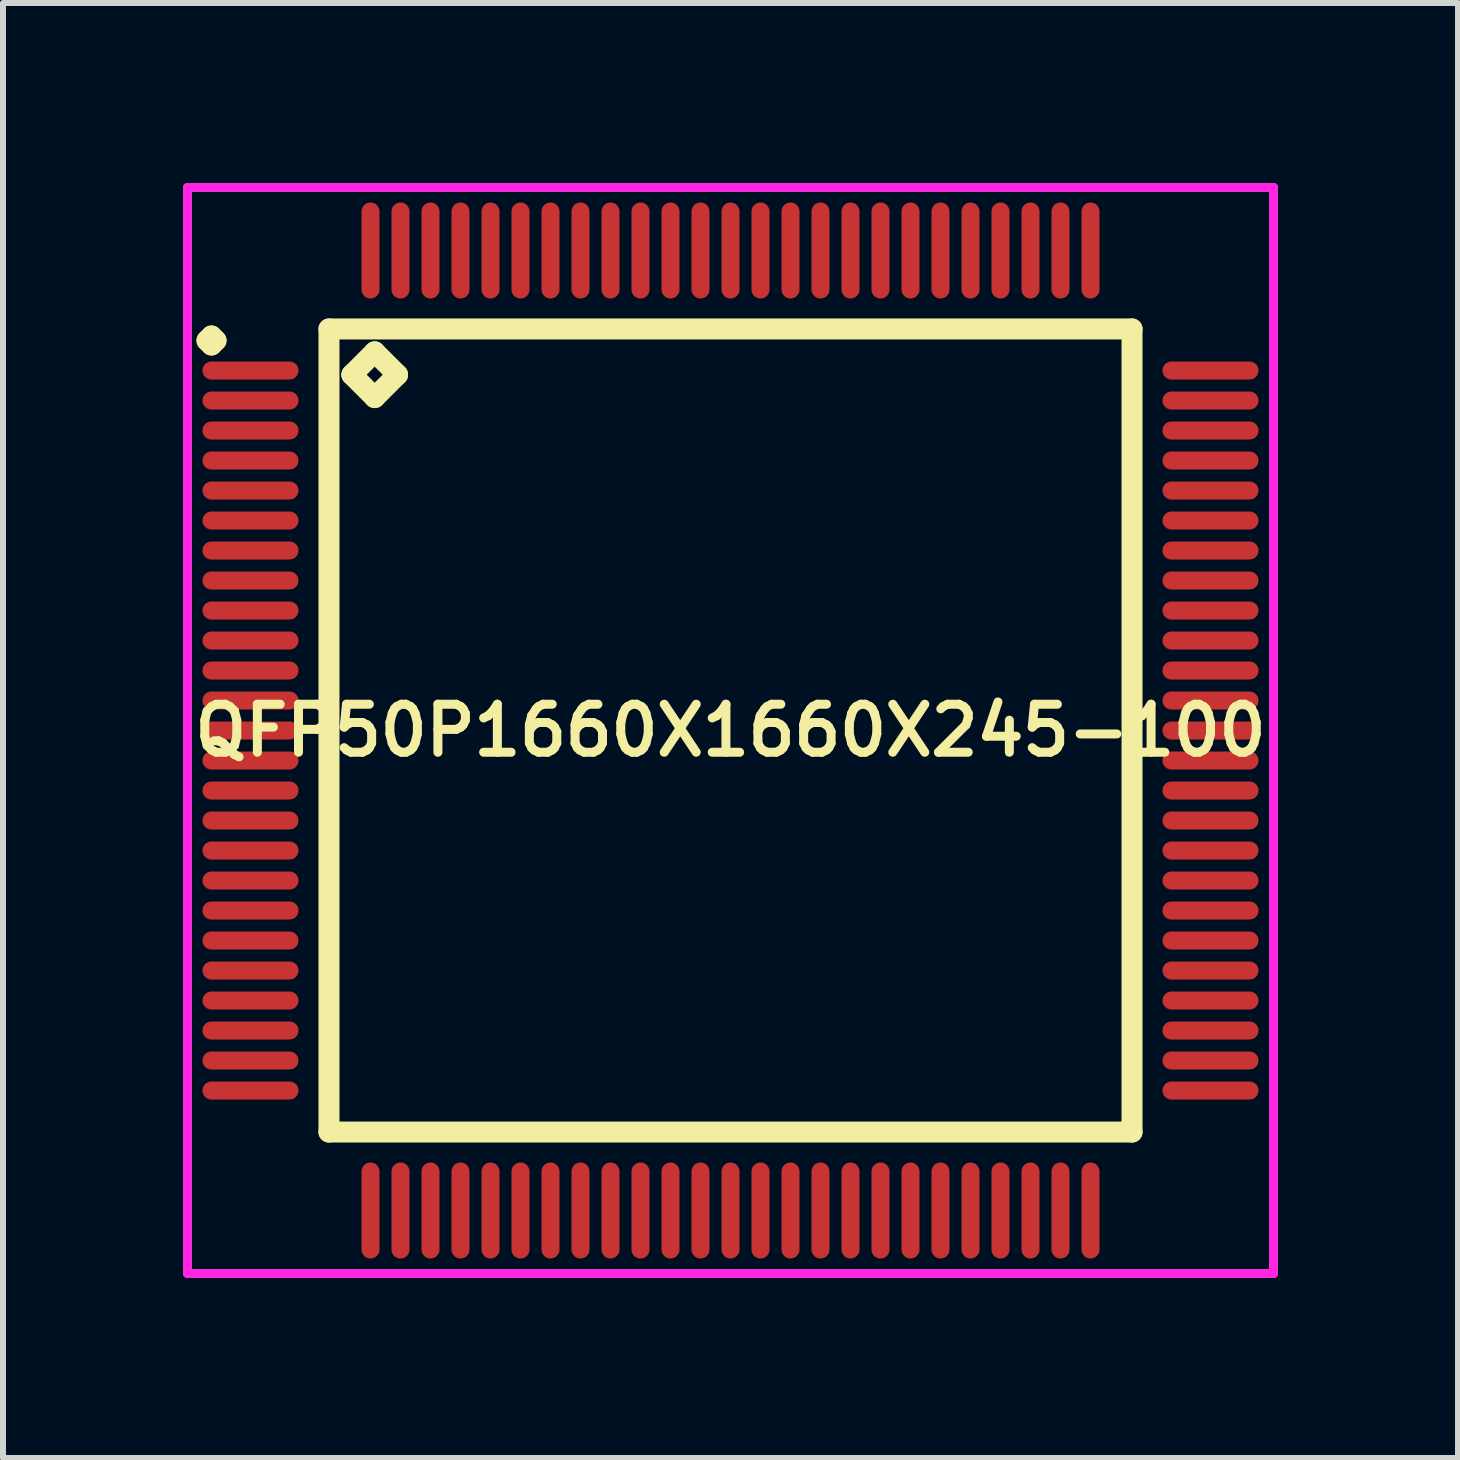
<source format=kicad_pcb>
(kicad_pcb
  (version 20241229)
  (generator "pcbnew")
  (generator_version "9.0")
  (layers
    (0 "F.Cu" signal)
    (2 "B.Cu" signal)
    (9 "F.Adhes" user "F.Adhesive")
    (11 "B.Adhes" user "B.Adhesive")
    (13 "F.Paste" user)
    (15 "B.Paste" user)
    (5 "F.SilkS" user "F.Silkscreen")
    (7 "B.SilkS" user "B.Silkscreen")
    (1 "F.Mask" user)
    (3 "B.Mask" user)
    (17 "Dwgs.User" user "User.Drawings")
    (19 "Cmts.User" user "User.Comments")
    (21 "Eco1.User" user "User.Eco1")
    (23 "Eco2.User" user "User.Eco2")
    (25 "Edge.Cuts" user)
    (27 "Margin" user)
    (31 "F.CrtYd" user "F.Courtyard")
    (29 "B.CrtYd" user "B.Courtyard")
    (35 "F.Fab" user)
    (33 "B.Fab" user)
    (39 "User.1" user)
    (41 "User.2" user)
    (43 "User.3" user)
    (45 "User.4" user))
  (footprint "QFP50P1660X1660X245-100"
    (layer "F.Cu")
    (at 9.125 9.125)
    (property "Reference" "QFP50P1660X1660X245-100" (at 0 0 0) (layer "F.SilkS") (effects (font (size 0.8 0.8) (thickness 0.15))))
    (attr smd)
    (fp_line (start -8.725 -6.5) (end -8.65 -6.575) (stroke (width 0.35) (type solid)) (layer "F.SilkS"))
    (fp_line (start -8.65 -6.575) (end -8.575 -6.5) (stroke (width 0.35) (type solid)) (layer "F.SilkS"))
    (fp_line (start -8.65 -6.425) (end -8.725 -6.5) (stroke (width 0.35) (type solid)) (layer "F.SilkS"))
    (fp_line (start -8.575 -6.5) (end -8.65 -6.425) (stroke (width 0.35) (type solid)) (layer "F.SilkS"))
    (fp_line (start -6.692 -6.692) (end -6.692 6.692) (stroke (width 0.35) (type solid)) (layer "F.SilkS"))
    (fp_line (start -6.692 6.692) (end 6.692 6.692) (stroke (width 0.35) (type solid)) (layer "F.SilkS"))
    (fp_line (start -6.311 -5.93) (end -5.93 -6.311) (stroke (width 0.35) (type solid)) (layer "F.SilkS"))
    (fp_line (start -5.93 -6.311) (end -5.549 -5.93) (stroke (width 0.35) (type solid)) (layer "F.SilkS"))
    (fp_line (start -5.93 -5.549) (end -6.311 -5.93) (stroke (width 0.35) (type solid)) (layer "F.SilkS"))
    (fp_line (start -5.549 -5.93) (end -5.93 -5.549) (stroke (width 0.35) (type solid)) (layer "F.SilkS"))
    (fp_line (start 6.692 -6.692) (end -6.692 -6.692) (stroke (width 0.35) (type solid)) (layer "F.SilkS"))
    (fp_line (start 6.692 6.692) (end 6.692 -6.692) (stroke (width 0.35) (type solid)) (layer "F.SilkS"))
    (fp_line (start -9.05 -9.05) (end 9.05 -9.05) (stroke (width 0.15) (type solid)) (layer "F.CrtYd"))
    (fp_line (start -9.05 9.05) (end -9.05 -9.05) (stroke (width 0.15) (type solid)) (layer "F.CrtYd"))
    (fp_line (start 9.05 -9.05) (end 9.05 9.05) (stroke (width 0.15) (type solid)) (layer "F.CrtYd"))
    (fp_line (start 9.05 9.05) (end -9.05 9.05) (stroke (width 0.15) (type solid)) (layer "F.CrtYd"))
    (pad "1" smd oval (at -8 -6) (size 1.6 0.3) (layers "F.Cu" "F.Mask" "F.Paste"))
    (pad "2" smd oval (at -8 -5.5) (size 1.6 0.3) (layers "F.Cu" "F.Mask" "F.Paste"))
    (pad "3" smd oval (at -8 -5) (size 1.6 0.3) (layers "F.Cu" "F.Mask" "F.Paste"))
    (pad "4" smd oval (at -8 -4.5) (size 1.6 0.3) (layers "F.Cu" "F.Mask" "F.Paste"))
    (pad "5" smd oval (at -8 -4) (size 1.6 0.3) (layers "F.Cu" "F.Mask" "F.Paste"))
    (pad "6" smd oval (at -8 -3.5) (size 1.6 0.3) (layers "F.Cu" "F.Mask" "F.Paste"))
    (pad "7" smd oval (at -8 -3) (size 1.6 0.3) (layers "F.Cu" "F.Mask" "F.Paste"))
    (pad "8" smd oval (at -8 -2.5) (size 1.6 0.3) (layers "F.Cu" "F.Mask" "F.Paste"))
    (pad "9" smd oval (at -8 -2) (size 1.6 0.3) (layers "F.Cu" "F.Mask" "F.Paste"))
    (pad "10" smd oval (at -8 -1.5) (size 1.6 0.3) (layers "F.Cu" "F.Mask" "F.Paste"))
    (pad "11" smd oval (at -8 -1) (size 1.6 0.3) (layers "F.Cu" "F.Mask" "F.Paste"))
    (pad "12" smd oval (at -8 -0.5) (size 1.6 0.3) (layers "F.Cu" "F.Mask" "F.Paste"))
    (pad "13" smd oval (at -8 0) (size 1.6 0.3) (layers "F.Cu" "F.Mask" "F.Paste"))
    (pad "14" smd oval (at -8 0.5) (size 1.6 0.3) (layers "F.Cu" "F.Mask" "F.Paste"))
    (pad "15" smd oval (at -8 1) (size 1.6 0.3) (layers "F.Cu" "F.Mask" "F.Paste"))
    (pad "16" smd oval (at -8 1.5) (size 1.6 0.3) (layers "F.Cu" "F.Mask" "F.Paste"))
    (pad "17" smd oval (at -8 2) (size 1.6 0.3) (layers "F.Cu" "F.Mask" "F.Paste"))
    (pad "18" smd oval (at -8 2.5) (size 1.6 0.3) (layers "F.Cu" "F.Mask" "F.Paste"))
    (pad "19" smd oval (at -8 3) (size 1.6 0.3) (layers "F.Cu" "F.Mask" "F.Paste"))
    (pad "20" smd oval (at -8 3.5) (size 1.6 0.3) (layers "F.Cu" "F.Mask" "F.Paste"))
    (pad "21" smd oval (at -8 4) (size 1.6 0.3) (layers "F.Cu" "F.Mask" "F.Paste"))
    (pad "22" smd oval (at -8 4.5) (size 1.6 0.3) (layers "F.Cu" "F.Mask" "F.Paste"))
    (pad "23" smd oval (at -8 5) (size 1.6 0.3) (layers "F.Cu" "F.Mask" "F.Paste"))
    (pad "24" smd oval (at -8 5.5) (size 1.6 0.3) (layers "F.Cu" "F.Mask" "F.Paste"))
    (pad "25" smd oval (at -8 6) (size 1.6 0.3) (layers "F.Cu" "F.Mask" "F.Paste"))
    (pad "26" smd oval (at -6 8) (size 0.3 1.6) (layers "F.Cu" "F.Mask" "F.Paste"))
    (pad "27" smd oval (at -5.5 8) (size 0.3 1.6) (layers "F.Cu" "F.Mask" "F.Paste"))
    (pad "28" smd oval (at -5 8) (size 0.3 1.6) (layers "F.Cu" "F.Mask" "F.Paste"))
    (pad "29" smd oval (at -4.5 8) (size 0.3 1.6) (layers "F.Cu" "F.Mask" "F.Paste"))
    (pad "30" smd oval (at -4 8) (size 0.3 1.6) (layers "F.Cu" "F.Mask" "F.Paste"))
    (pad "31" smd oval (at -3.5 8) (size 0.3 1.6) (layers "F.Cu" "F.Mask" "F.Paste"))
    (pad "32" smd oval (at -3 8) (size 0.3 1.6) (layers "F.Cu" "F.Mask" "F.Paste"))
    (pad "33" smd oval (at -2.5 8) (size 0.3 1.6) (layers "F.Cu" "F.Mask" "F.Paste"))
    (pad "34" smd oval (at -2 8) (size 0.3 1.6) (layers "F.Cu" "F.Mask" "F.Paste"))
    (pad "35" smd oval (at -1.5 8) (size 0.3 1.6) (layers "F.Cu" "F.Mask" "F.Paste"))
    (pad "36" smd oval (at -1 8) (size 0.3 1.6) (layers "F.Cu" "F.Mask" "F.Paste"))
    (pad "37" smd oval (at -0.5 8) (size 0.3 1.6) (layers "F.Cu" "F.Mask" "F.Paste"))
    (pad "38" smd oval (at 0 8) (size 0.3 1.6) (layers "F.Cu" "F.Mask" "F.Paste"))
    (pad "39" smd oval (at 0.5 8) (size 0.3 1.6) (layers "F.Cu" "F.Mask" "F.Paste"))
    (pad "40" smd oval (at 1 8) (size 0.3 1.6) (layers "F.Cu" "F.Mask" "F.Paste"))
    (pad "41" smd oval (at 1.5 8) (size 0.3 1.6) (layers "F.Cu" "F.Mask" "F.Paste"))
    (pad "42" smd oval (at 2 8) (size 0.3 1.6) (layers "F.Cu" "F.Mask" "F.Paste"))
    (pad "43" smd oval (at 2.5 8) (size 0.3 1.6) (layers "F.Cu" "F.Mask" "F.Paste"))
    (pad "44" smd oval (at 3 8) (size 0.3 1.6) (layers "F.Cu" "F.Mask" "F.Paste"))
    (pad "45" smd oval (at 3.5 8) (size 0.3 1.6) (layers "F.Cu" "F.Mask" "F.Paste"))
    (pad "46" smd oval (at 4 8) (size 0.3 1.6) (layers "F.Cu" "F.Mask" "F.Paste"))
    (pad "47" smd oval (at 4.5 8) (size 0.3 1.6) (layers "F.Cu" "F.Mask" "F.Paste"))
    (pad "48" smd oval (at 5 8) (size 0.3 1.6) (layers "F.Cu" "F.Mask" "F.Paste"))
    (pad "49" smd oval (at 5.5 8) (size 0.3 1.6) (layers "F.Cu" "F.Mask" "F.Paste"))
    (pad "50" smd oval (at 6 8) (size 0.3 1.6) (layers "F.Cu" "F.Mask" "F.Paste"))
    (pad "51" smd oval (at 8 6) (size 1.6 0.3) (layers "F.Cu" "F.Mask" "F.Paste"))
    (pad "52" smd oval (at 8 5.5) (size 1.6 0.3) (layers "F.Cu" "F.Mask" "F.Paste"))
    (pad "53" smd oval (at 8 5) (size 1.6 0.3) (layers "F.Cu" "F.Mask" "F.Paste"))
    (pad "54" smd oval (at 8 4.5) (size 1.6 0.3) (layers "F.Cu" "F.Mask" "F.Paste"))
    (pad "55" smd oval (at 8 4) (size 1.6 0.3) (layers "F.Cu" "F.Mask" "F.Paste"))
    (pad "56" smd oval (at 8 3.5) (size 1.6 0.3) (layers "F.Cu" "F.Mask" "F.Paste"))
    (pad "57" smd oval (at 8 3) (size 1.6 0.3) (layers "F.Cu" "F.Mask" "F.Paste"))
    (pad "58" smd oval (at 8 2.5) (size 1.6 0.3) (layers "F.Cu" "F.Mask" "F.Paste"))
    (pad "59" smd oval (at 8 2) (size 1.6 0.3) (layers "F.Cu" "F.Mask" "F.Paste"))
    (pad "60" smd oval (at 8 1.5) (size 1.6 0.3) (layers "F.Cu" "F.Mask" "F.Paste"))
    (pad "61" smd oval (at 8 1) (size 1.6 0.3) (layers "F.Cu" "F.Mask" "F.Paste"))
    (pad "62" smd oval (at 8 0.5) (size 1.6 0.3) (layers "F.Cu" "F.Mask" "F.Paste"))
    (pad "63" smd oval (at 8 0) (size 1.6 0.3) (layers "F.Cu" "F.Mask" "F.Paste"))
    (pad "64" smd oval (at 8 -0.5) (size 1.6 0.3) (layers "F.Cu" "F.Mask" "F.Paste"))
    (pad "65" smd oval (at 8 -1) (size 1.6 0.3) (layers "F.Cu" "F.Mask" "F.Paste"))
    (pad "66" smd oval (at 8 -1.5) (size 1.6 0.3) (layers "F.Cu" "F.Mask" "F.Paste"))
    (pad "67" smd oval (at 8 -2) (size 1.6 0.3) (layers "F.Cu" "F.Mask" "F.Paste"))
    (pad "68" smd oval (at 8 -2.5) (size 1.6 0.3) (layers "F.Cu" "F.Mask" "F.Paste"))
    (pad "69" smd oval (at 8 -3) (size 1.6 0.3) (layers "F.Cu" "F.Mask" "F.Paste"))
    (pad "70" smd oval (at 8 -3.5) (size 1.6 0.3) (layers "F.Cu" "F.Mask" "F.Paste"))
    (pad "71" smd oval (at 8 -4) (size 1.6 0.3) (layers "F.Cu" "F.Mask" "F.Paste"))
    (pad "72" smd oval (at 8 -4.5) (size 1.6 0.3) (layers "F.Cu" "F.Mask" "F.Paste"))
    (pad "73" smd oval (at 8 -5) (size 1.6 0.3) (layers "F.Cu" "F.Mask" "F.Paste"))
    (pad "74" smd oval (at 8 -5.5) (size 1.6 0.3) (layers "F.Cu" "F.Mask" "F.Paste"))
    (pad "75" smd oval (at 8 -6) (size 1.6 0.3) (layers "F.Cu" "F.Mask" "F.Paste"))
    (pad "76" smd oval (at 6 -8) (size 0.3 1.6) (layers "F.Cu" "F.Mask" "F.Paste"))
    (pad "77" smd oval (at 5.5 -8) (size 0.3 1.6) (layers "F.Cu" "F.Mask" "F.Paste"))
    (pad "78" smd oval (at 5 -8) (size 0.3 1.6) (layers "F.Cu" "F.Mask" "F.Paste"))
    (pad "79" smd oval (at 4.5 -8) (size 0.3 1.6) (layers "F.Cu" "F.Mask" "F.Paste"))
    (pad "80" smd oval (at 4 -8) (size 0.3 1.6) (layers "F.Cu" "F.Mask" "F.Paste"))
    (pad "81" smd oval (at 3.5 -8) (size 0.3 1.6) (layers "F.Cu" "F.Mask" "F.Paste"))
    (pad "82" smd oval (at 3 -8) (size 0.3 1.6) (layers "F.Cu" "F.Mask" "F.Paste"))
    (pad "83" smd oval (at 2.5 -8) (size 0.3 1.6) (layers "F.Cu" "F.Mask" "F.Paste"))
    (pad "84" smd oval (at 2 -8) (size 0.3 1.6) (layers "F.Cu" "F.Mask" "F.Paste"))
    (pad "85" smd oval (at 1.5 -8) (size 0.3 1.6) (layers "F.Cu" "F.Mask" "F.Paste"))
    (pad "86" smd oval (at 1 -8) (size 0.3 1.6) (layers "F.Cu" "F.Mask" "F.Paste"))
    (pad "87" smd oval (at 0.5 -8) (size 0.3 1.6) (layers "F.Cu" "F.Mask" "F.Paste"))
    (pad "88" smd oval (at 0 -8) (size 0.3 1.6) (layers "F.Cu" "F.Mask" "F.Paste"))
    (pad "89" smd oval (at -0.5 -8) (size 0.3 1.6) (layers "F.Cu" "F.Mask" "F.Paste"))
    (pad "90" smd oval (at -1 -8) (size 0.3 1.6) (layers "F.Cu" "F.Mask" "F.Paste"))
    (pad "91" smd oval (at -1.5 -8) (size 0.3 1.6) (layers "F.Cu" "F.Mask" "F.Paste"))
    (pad "92" smd oval (at -2 -8) (size 0.3 1.6) (layers "F.Cu" "F.Mask" "F.Paste"))
    (pad "93" smd oval (at -2.5 -8) (size 0.3 1.6) (layers "F.Cu" "F.Mask" "F.Paste"))
    (pad "94" smd oval (at -3 -8) (size 0.3 1.6) (layers "F.Cu" "F.Mask" "F.Paste"))
    (pad "95" smd oval (at -3.5 -8) (size 0.3 1.6) (layers "F.Cu" "F.Mask" "F.Paste"))
    (pad "96" smd oval (at -4 -8) (size 0.3 1.6) (layers "F.Cu" "F.Mask" "F.Paste"))
    (pad "97" smd oval (at -4.5 -8) (size 0.3 1.6) (layers "F.Cu" "F.Mask" "F.Paste"))
    (pad "98" smd oval (at -5 -8) (size 0.3 1.6) (layers "F.Cu" "F.Mask" "F.Paste"))
    (pad "99" smd oval (at -5.5 -8) (size 0.3 1.6) (layers "F.Cu" "F.Mask" "F.Paste"))
    (pad "100" smd oval (at -6 -8) (size 0.3 1.6) (layers "F.Cu" "F.Mask" "F.Paste")))
  (gr_rect
    (start -3 -3)
    (end 21.25 21.25)
    (stroke (width 0.1) (type default))
    (fill no)
    (layer "Edge.Cuts")))
</source>
